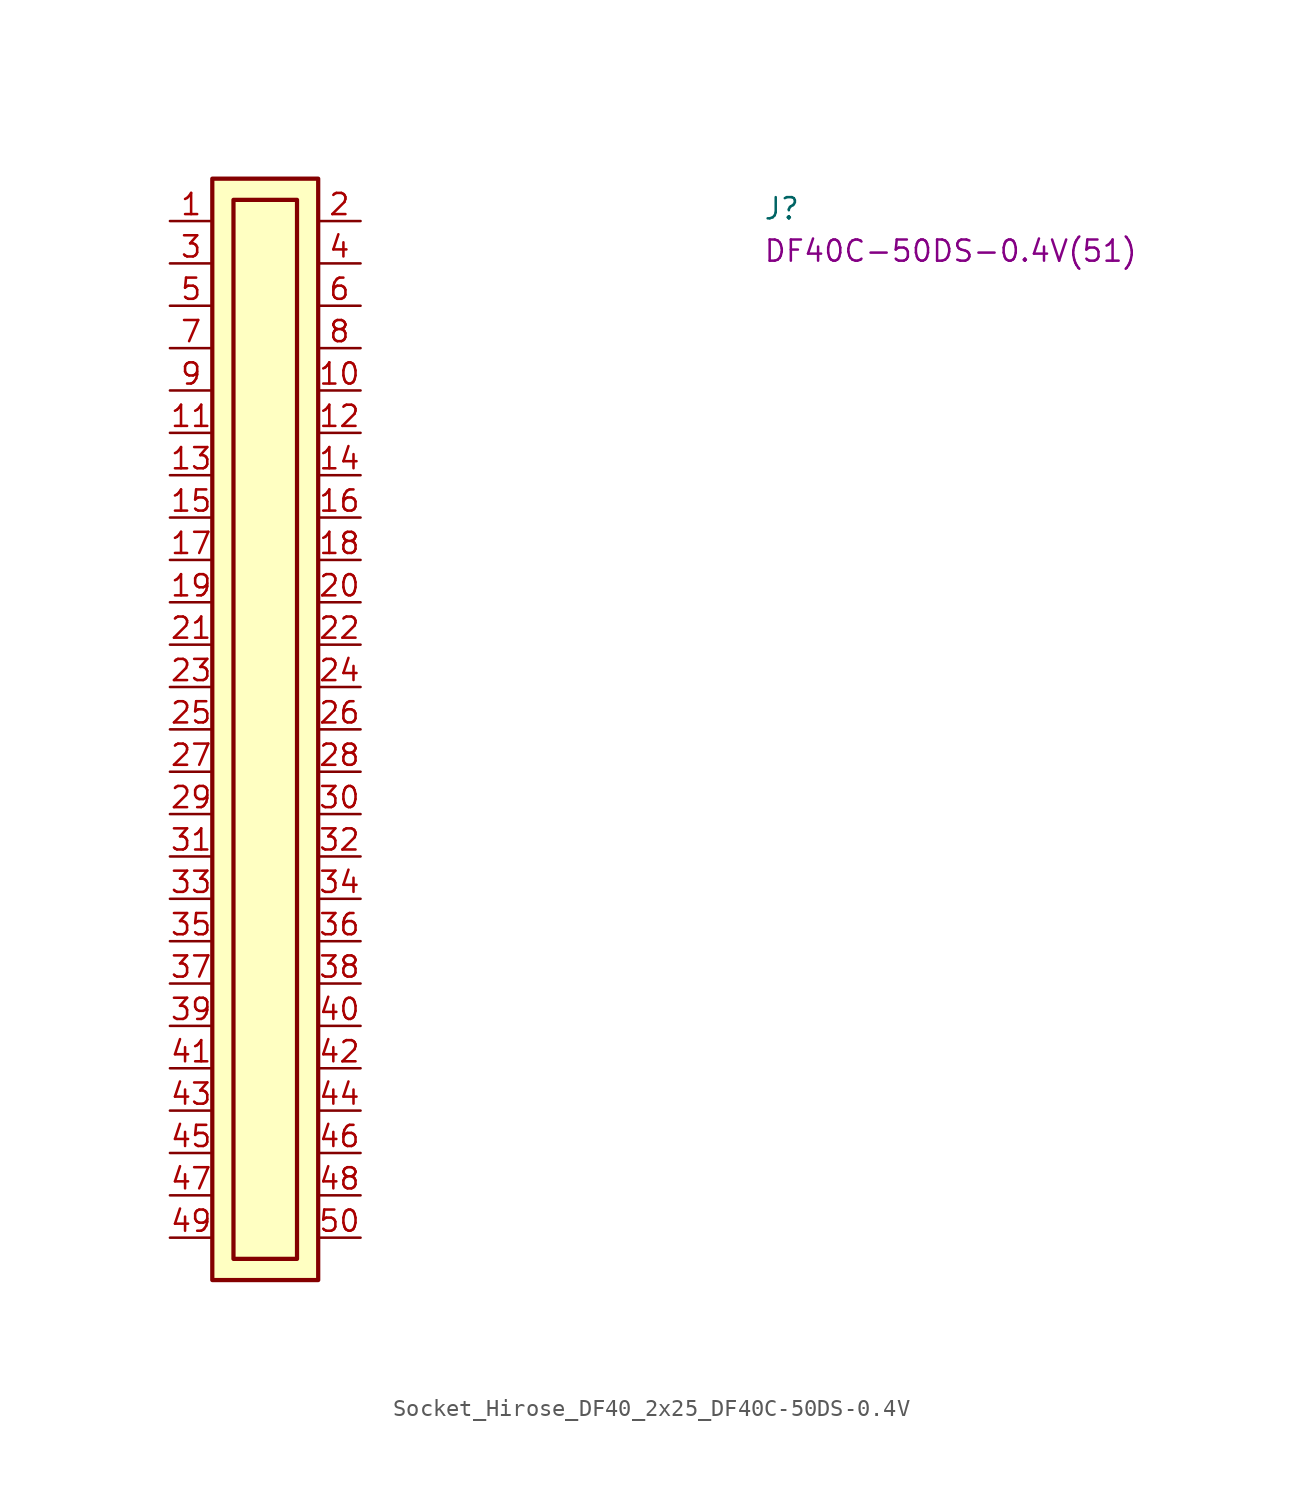
<source format=kicad_sym>
(kicad_symbol_lib
  (version 20220914)
  (generator kicad_symbol_editor)
  (symbol "Socket_Hirose_DF40_2x25_DF40C-50DS-0.4V"
    (property "Reference" "J"
      (at 35.56 0 0)
      (effects (font (size 1.27 1.27) (thickness 0.15)) (justify left bottom)))
    (property "MPN" "DF40C-50DS-0.4V(51)"
      (at 35.56 -2.54 0)
      (effects (font (size 1.27 1.27) (thickness 0.15)) (justify left bottom)))
    (symbol "Socket_Hirose_DF40_2x25_DF40C-50DS-0.4V_1_1"
      (rectangle (start 2.54 2.54) (end 8.89 -63.5) (stroke (width 0.254) (type default)) (fill (type background)))
      (rectangle (start 3.81 1.27) (end 7.62 -62.23) (stroke (width 0.254) (type default)) (fill (type background)))
      (pin passive line (at 0 0 0) (length 2.54) (name "~" (effects (font (size 1.27 1.27)))) (number "1" (effects (font (size 1.27 1.27)))))
      (pin passive line (at 11.43 -10.16 180) (length 2.54) (name "~" (effects (font (size 1.27 1.27)))) (number "10" (effects (font (size 1.27 1.27)))))
      (pin passive line (at 0 -12.7 0) (length 2.54) (name "~" (effects (font (size 1.27 1.27)))) (number "11" (effects (font (size 1.27 1.27)))))
      (pin passive line (at 11.43 -12.7 180) (length 2.54) (name "~" (effects (font (size 1.27 1.27)))) (number "12" (effects (font (size 1.27 1.27)))))
      (pin passive line (at 0 -15.24 0) (length 2.54) (name "~" (effects (font (size 1.27 1.27)))) (number "13" (effects (font (size 1.27 1.27)))))
      (pin passive line (at 11.43 -15.24 180) (length 2.54) (name "~" (effects (font (size 1.27 1.27)))) (number "14" (effects (font (size 1.27 1.27)))))
      (pin passive line (at 0 -17.78 0) (length 2.54) (name "~" (effects (font (size 1.27 1.27)))) (number "15" (effects (font (size 1.27 1.27)))))
      (pin passive line (at 11.43 -17.78 180) (length 2.54) (name "~" (effects (font (size 1.27 1.27)))) (number "16" (effects (font (size 1.27 1.27)))))
      (pin passive line (at 0 -20.32 0) (length 2.54) (name "~" (effects (font (size 1.27 1.27)))) (number "17" (effects (font (size 1.27 1.27)))))
      (pin passive line (at 11.43 -20.32 180) (length 2.54) (name "~" (effects (font (size 1.27 1.27)))) (number "18" (effects (font (size 1.27 1.27)))))
      (pin passive line (at 0 -22.86 0) (length 2.54) (name "~" (effects (font (size 1.27 1.27)))) (number "19" (effects (font (size 1.27 1.27)))))
      (pin passive line (at 11.43 0 180) (length 2.54) (name "~" (effects (font (size 1.27 1.27)))) (number "2" (effects (font (size 1.27 1.27)))))
      (pin passive line (at 11.43 -22.86 180) (length 2.54) (name "~" (effects (font (size 1.27 1.27)))) (number "20" (effects (font (size 1.27 1.27)))))
      (pin passive line (at 0 -25.4 0) (length 2.54) (name "~" (effects (font (size 1.27 1.27)))) (number "21" (effects (font (size 1.27 1.27)))))
      (pin passive line (at 11.43 -25.4 180) (length 2.54) (name "~" (effects (font (size 1.27 1.27)))) (number "22" (effects (font (size 1.27 1.27)))))
      (pin passive line (at 0 -27.94 0) (length 2.54) (name "~" (effects (font (size 1.27 1.27)))) (number "23" (effects (font (size 1.27 1.27)))))
      (pin passive line (at 11.43 -27.94 180) (length 2.54) (name "~" (effects (font (size 1.27 1.27)))) (number "24" (effects (font (size 1.27 1.27)))))
      (pin passive line (at 0 -30.48 0) (length 2.54) (name "~" (effects (font (size 1.27 1.27)))) (number "25" (effects (font (size 1.27 1.27)))))
      (pin passive line (at 11.43 -30.48 180) (length 2.54) (name "~" (effects (font (size 1.27 1.27)))) (number "26" (effects (font (size 1.27 1.27)))))
      (pin passive line (at 0 -33.02 0) (length 2.54) (name "~" (effects (font (size 1.27 1.27)))) (number "27" (effects (font (size 1.27 1.27)))))
      (pin passive line (at 11.43 -33.02 180) (length 2.54) (name "~" (effects (font (size 1.27 1.27)))) (number "28" (effects (font (size 1.27 1.27)))))
      (pin passive line (at 0 -35.56 0) (length 2.54) (name "~" (effects (font (size 1.27 1.27)))) (number "29" (effects (font (size 1.27 1.27)))))
      (pin passive line (at 0 -2.54 0) (length 2.54) (name "~" (effects (font (size 1.27 1.27)))) (number "3" (effects (font (size 1.27 1.27)))))
      (pin passive line (at 11.43 -35.56 180) (length 2.54) (name "~" (effects (font (size 1.27 1.27)))) (number "30" (effects (font (size 1.27 1.27)))))
      (pin passive line (at 0 -38.1 0) (length 2.54) (name "~" (effects (font (size 1.27 1.27)))) (number "31" (effects (font (size 1.27 1.27)))))
      (pin passive line (at 11.43 -38.1 180) (length 2.54) (name "~" (effects (font (size 1.27 1.27)))) (number "32" (effects (font (size 1.27 1.27)))))
      (pin passive line (at 0 -40.64 0) (length 2.54) (name "~" (effects (font (size 1.27 1.27)))) (number "33" (effects (font (size 1.27 1.27)))))
      (pin passive line (at 11.43 -40.64 180) (length 2.54) (name "~" (effects (font (size 1.27 1.27)))) (number "34" (effects (font (size 1.27 1.27)))))
      (pin passive line (at 0 -43.18 0) (length 2.54) (name "~" (effects (font (size 1.27 1.27)))) (number "35" (effects (font (size 1.27 1.27)))))
      (pin passive line (at 11.43 -43.18 180) (length 2.54) (name "~" (effects (font (size 1.27 1.27)))) (number "36" (effects (font (size 1.27 1.27)))))
      (pin passive line (at 0 -45.72 0) (length 2.54) (name "~" (effects (font (size 1.27 1.27)))) (number "37" (effects (font (size 1.27 1.27)))))
      (pin passive line (at 11.43 -45.72 180) (length 2.54) (name "~" (effects (font (size 1.27 1.27)))) (number "38" (effects (font (size 1.27 1.27)))))
      (pin passive line (at 0 -48.26 0) (length 2.54) (name "~" (effects (font (size 1.27 1.27)))) (number "39" (effects (font (size 1.27 1.27)))))
      (pin passive line (at 11.43 -2.54 180) (length 2.54) (name "~" (effects (font (size 1.27 1.27)))) (number "4" (effects (font (size 1.27 1.27)))))
      (pin passive line (at 11.43 -48.26 180) (length 2.54) (name "~" (effects (font (size 1.27 1.27)))) (number "40" (effects (font (size 1.27 1.27)))))
      (pin passive line (at 0 -50.8 0) (length 2.54) (name "~" (effects (font (size 1.27 1.27)))) (number "41" (effects (font (size 1.27 1.27)))))
      (pin passive line (at 11.43 -50.8 180) (length 2.54) (name "~" (effects (font (size 1.27 1.27)))) (number "42" (effects (font (size 1.27 1.27)))))
      (pin passive line (at 0 -53.34 0) (length 2.54) (name "~" (effects (font (size 1.27 1.27)))) (number "43" (effects (font (size 1.27 1.27)))))
      (pin passive line (at 11.43 -53.34 180) (length 2.54) (name "~" (effects (font (size 1.27 1.27)))) (number "44" (effects (font (size 1.27 1.27)))))
      (pin passive line (at 0 -55.88 0) (length 2.54) (name "~" (effects (font (size 1.27 1.27)))) (number "45" (effects (font (size 1.27 1.27)))))
      (pin passive line (at 11.43 -55.88 180) (length 2.54) (name "~" (effects (font (size 1.27 1.27)))) (number "46" (effects (font (size 1.27 1.27)))))
      (pin passive line (at 0 -58.42 0) (length 2.54) (name "~" (effects (font (size 1.27 1.27)))) (number "47" (effects (font (size 1.27 1.27)))))
      (pin passive line (at 11.43 -58.42 180) (length 2.54) (name "~" (effects (font (size 1.27 1.27)))) (number "48" (effects (font (size 1.27 1.27)))))
      (pin passive line (at 0 -60.96 0) (length 2.54) (name "~" (effects (font (size 1.27 1.27)))) (number "49" (effects (font (size 1.27 1.27)))))
      (pin passive line (at 0 -5.08 0) (length 2.54) (name "~" (effects (font (size 1.27 1.27)))) (number "5" (effects (font (size 1.27 1.27)))))
      (pin passive line (at 11.43 -60.96 180) (length 2.54) (name "~" (effects (font (size 1.27 1.27)))) (number "50" (effects (font (size 1.27 1.27)))))
      (pin passive line (at 11.43 -5.08 180) (length 2.54) (name "~" (effects (font (size 1.27 1.27)))) (number "6" (effects (font (size 1.27 1.27)))))
      (pin passive line (at 0 -7.62 0) (length 2.54) (name "~" (effects (font (size 1.27 1.27)))) (number "7" (effects (font (size 1.27 1.27)))))
      (pin passive line (at 11.43 -7.62 180) (length 2.54) (name "~" (effects (font (size 1.27 1.27)))) (number "8" (effects (font (size 1.27 1.27)))))
      (pin passive line (at 0 -10.16 0) (length 2.54) (name "~" (effects (font (size 1.27 1.27)))) (number "9" (effects (font (size 1.27 1.27))))))))
</source>
